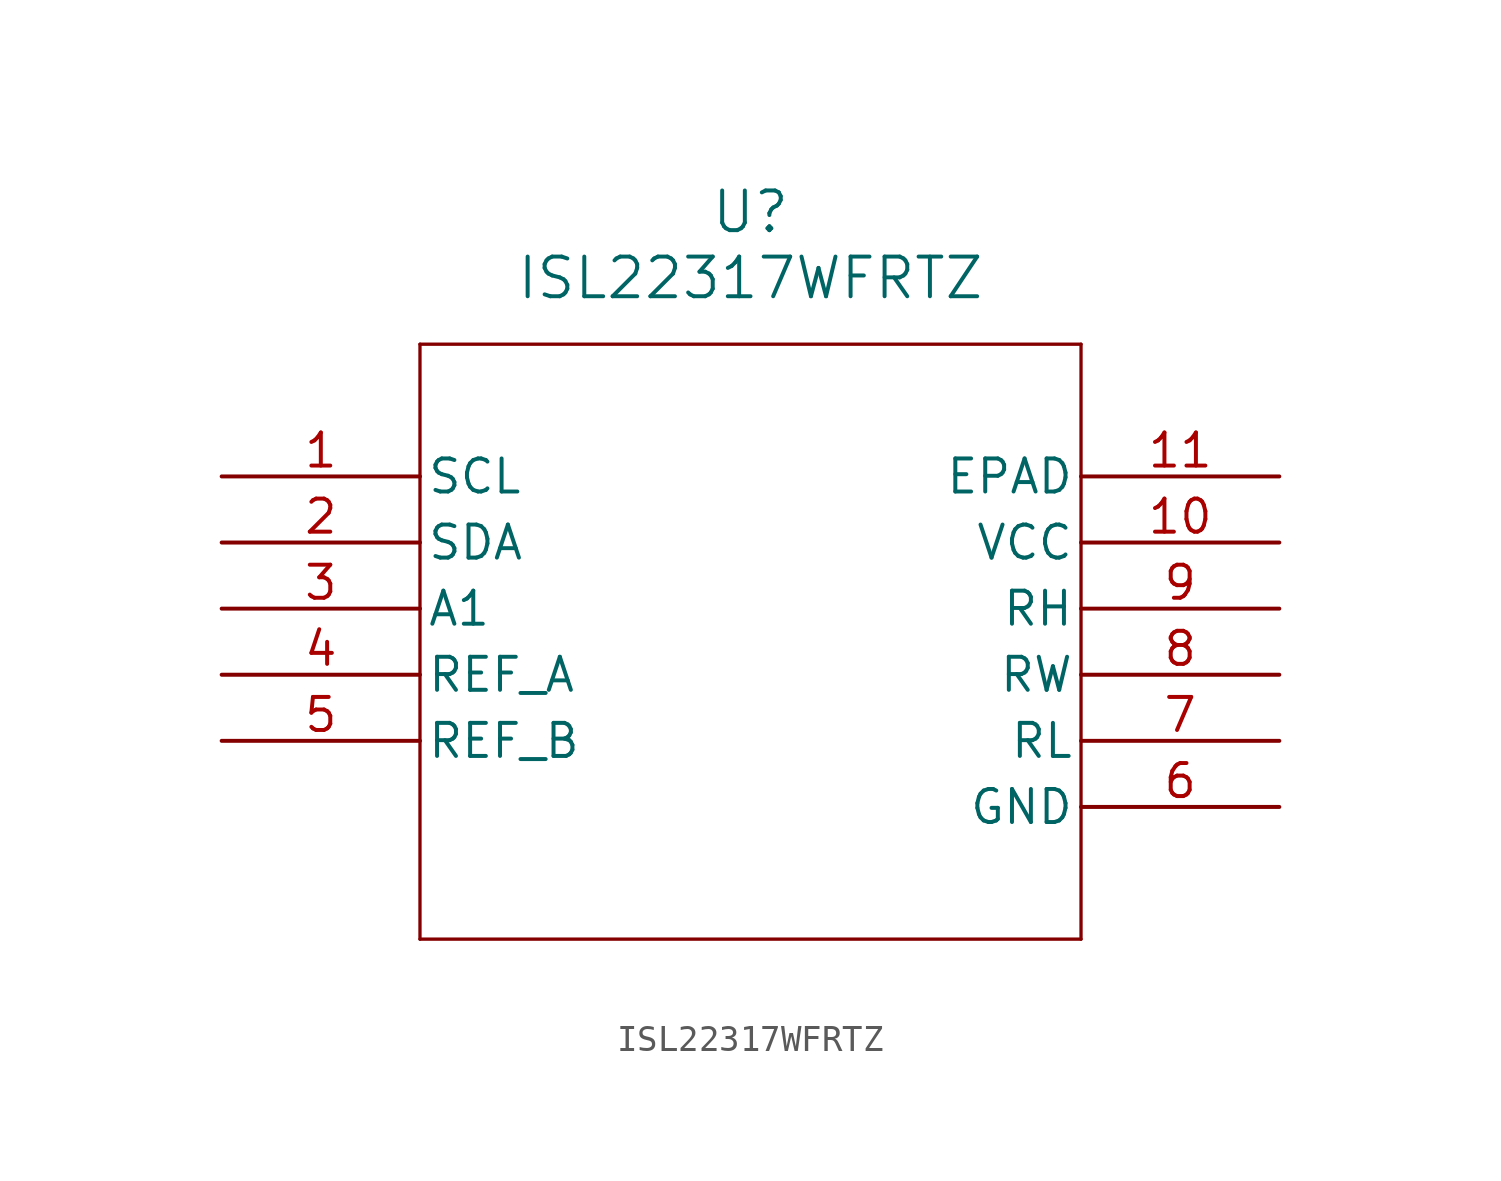
<source format=kicad_sym>
(kicad_symbol_lib
  (version 20211014)
  (generator kicad_symbol_editor)
  (symbol "ISL22317WFRTZ"
    (pin_names
      (offset 0.254))
    (property "Reference" "U"
      (at 20.32 10.16 0)
      (effects (font (size 1.524 1.524))))
    (property "Value" "ISL22317WFRTZ"
      (at 20.32 7.62 0)
      (effects (font (size 1.524 1.524))))
    (symbol "ISL22317WFRTZ_0_1"
      (polyline (pts (xy 7.62 5.08) (xy 7.62 -17.78)) (stroke (width 0.127) (type default) (color 0 0 0 0)) (fill (type none)))
      (polyline (pts (xy 7.62 -17.78) (xy 33.02 -17.78)) (stroke (width 0.127) (type default) (color 0 0 0 0)) (fill (type none)))
      (polyline (pts (xy 33.02 -17.78) (xy 33.02 5.08)) (stroke (width 0.127) (type default) (color 0 0 0 0)) (fill (type none)))
      (polyline (pts (xy 33.02 5.08) (xy 7.62 5.08)) (stroke (width 0.127) (type default) (color 0 0 0 0)) (fill (type none)))
      (pin input line (at 0 0 0) (length 7.62) (name "SCL" (effects (font (size 1.27 1.27)))) (number "1" (effects (font (size 1.27 1.27)))))
      (pin bidirectional line (at 0 -2.54 0) (length 7.62) (name "SDA" (effects (font (size 1.27 1.27)))) (number "2" (effects (font (size 1.27 1.27)))))
      (pin input line (at 0 -5.08 0) (length 7.62) (name "A1" (effects (font (size 1.27 1.27)))) (number "3" (effects (font (size 1.27 1.27)))))
      (pin unspecified line (at 0 -7.62 0) (length 7.62) (name "REF_A" (effects (font (size 1.27 1.27)))) (number "4" (effects (font (size 1.27 1.27)))))
      (pin unspecified line (at 0 -10.16 0) (length 7.62) (name "REF_B" (effects (font (size 1.27 1.27)))) (number "5" (effects (font (size 1.27 1.27)))))
      (pin power_in line (at 40.64 -12.7 180) (length 7.62) (name "GND" (effects (font (size 1.27 1.27)))) (number "6" (effects (font (size 1.27 1.27)))))
      (pin unspecified line (at 40.64 -10.16 180) (length 7.62) (name "RL" (effects (font (size 1.27 1.27)))) (number "7" (effects (font (size 1.27 1.27)))))
      (pin unspecified line (at 40.64 -7.62 180) (length 7.62) (name "RW" (effects (font (size 1.27 1.27)))) (number "8" (effects (font (size 1.27 1.27)))))
      (pin unspecified line (at 40.64 -5.08 180) (length 7.62) (name "RH" (effects (font (size 1.27 1.27)))) (number "9" (effects (font (size 1.27 1.27)))))
      (pin power_in line (at 40.64 -2.54 180) (length 7.62) (name "VCC" (effects (font (size 1.27 1.27)))) (number "10" (effects (font (size 1.27 1.27)))))
      (pin unspecified line (at 40.64 0 180) (length 7.62) (name "EPAD" (effects (font (size 1.27 1.27)))) (number "11" (effects (font (size 1.27 1.27))))))))
</source>
